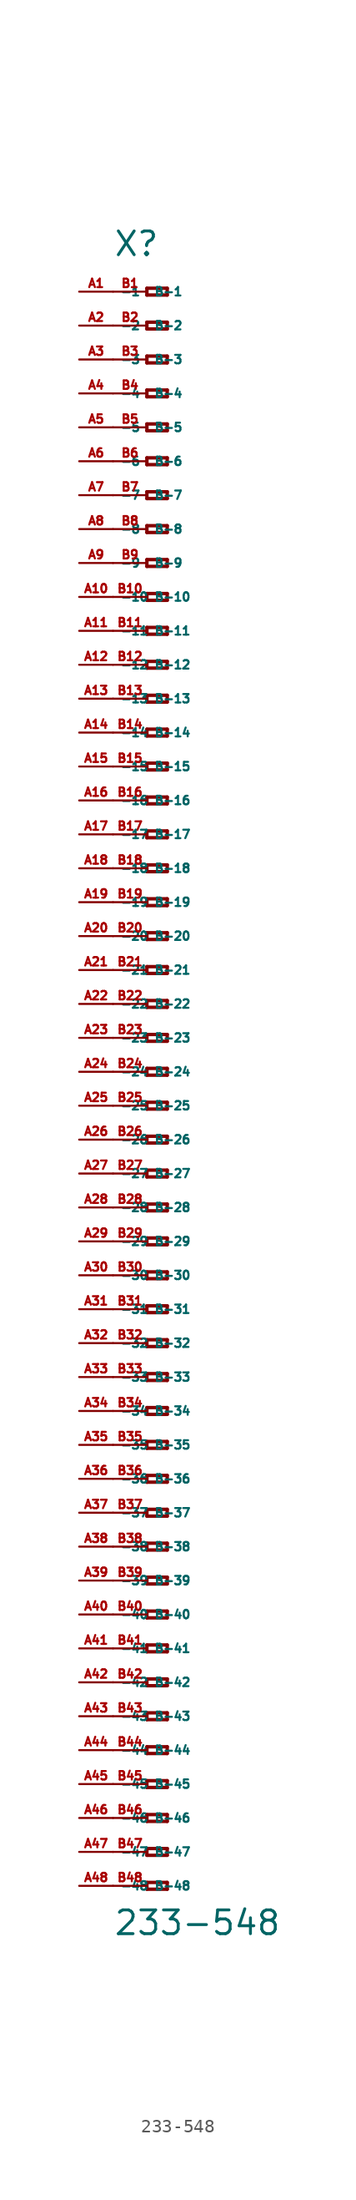
<source format=kicad_sym>
(kicad_symbol_lib
  (version 20220914)
  (generator Eagle2Kicad)
  (symbol "233-548"
    (property "Reference" "X"
      (at -5.08 60.96 0)
      (effects (font (size 1.778 1.778) (thickness 0.22)) (justify left bottom)))
    (property "Value" "233-548"
      (at -5.08 -64.77 0)
      (effects (font (size 1.778 1.778) (thickness 0.22)) (justify left bottom)))
    (polyline
      (pts (xy -2.54 58.674) (xy -2.54 58.166))
      (stroke (width 0.254) (type default))
      (fill (type none)))
    (polyline
      (pts (xy -2.54 58.166) (xy -1.016 58.166))
      (stroke (width 0.254) (type default))
      (fill (type none)))
    (polyline
      (pts (xy -1.016 58.166) (xy -1.016 58.674))
      (stroke (width 0.254) (type default))
      (fill (type none)))
    (polyline
      (pts (xy -1.016 58.674) (xy -2.54 58.674))
      (stroke (width 0.254) (type default))
      (fill (type none)))
    (polyline
      (pts (xy -2.54 56.134) (xy -2.54 55.626))
      (stroke (width 0.254) (type default))
      (fill (type none)))
    (polyline
      (pts (xy -2.54 55.626) (xy -1.016 55.626))
      (stroke (width 0.254) (type default))
      (fill (type none)))
    (polyline
      (pts (xy -1.016 55.626) (xy -1.016 56.134))
      (stroke (width 0.254) (type default))
      (fill (type none)))
    (polyline
      (pts (xy -1.016 56.134) (xy -2.54 56.134))
      (stroke (width 0.254) (type default))
      (fill (type none)))
    (polyline
      (pts (xy -2.54 53.594) (xy -2.54 53.086))
      (stroke (width 0.254) (type default))
      (fill (type none)))
    (polyline
      (pts (xy -2.54 53.086) (xy -1.016 53.086))
      (stroke (width 0.254) (type default))
      (fill (type none)))
    (polyline
      (pts (xy -1.016 53.086) (xy -1.016 53.594))
      (stroke (width 0.254) (type default))
      (fill (type none)))
    (polyline
      (pts (xy -1.016 53.594) (xy -2.54 53.594))
      (stroke (width 0.254) (type default))
      (fill (type none)))
    (polyline
      (pts (xy -2.54 51.054) (xy -2.54 50.546))
      (stroke (width 0.254) (type default))
      (fill (type none)))
    (polyline
      (pts (xy -2.54 50.546) (xy -1.016 50.546))
      (stroke (width 0.254) (type default))
      (fill (type none)))
    (polyline
      (pts (xy -1.016 50.546) (xy -1.016 51.054))
      (stroke (width 0.254) (type default))
      (fill (type none)))
    (polyline
      (pts (xy -1.016 51.054) (xy -2.54 51.054))
      (stroke (width 0.254) (type default))
      (fill (type none)))
    (polyline
      (pts (xy -2.54 48.514) (xy -2.54 48.006))
      (stroke (width 0.254) (type default))
      (fill (type none)))
    (polyline
      (pts (xy -2.54 48.006) (xy -1.016 48.006))
      (stroke (width 0.254) (type default))
      (fill (type none)))
    (polyline
      (pts (xy -1.016 48.006) (xy -1.016 48.514))
      (stroke (width 0.254) (type default))
      (fill (type none)))
    (polyline
      (pts (xy -1.016 48.514) (xy -2.54 48.514))
      (stroke (width 0.254) (type default))
      (fill (type none)))
    (polyline
      (pts (xy -2.54 45.974) (xy -2.54 45.466))
      (stroke (width 0.254) (type default))
      (fill (type none)))
    (polyline
      (pts (xy -2.54 45.466) (xy -1.016 45.466))
      (stroke (width 0.254) (type default))
      (fill (type none)))
    (polyline
      (pts (xy -1.016 45.466) (xy -1.016 45.974))
      (stroke (width 0.254) (type default))
      (fill (type none)))
    (polyline
      (pts (xy -1.016 45.974) (xy -2.54 45.974))
      (stroke (width 0.254) (type default))
      (fill (type none)))
    (polyline
      (pts (xy -2.54 43.434) (xy -2.54 42.926))
      (stroke (width 0.254) (type default))
      (fill (type none)))
    (polyline
      (pts (xy -2.54 42.926) (xy -1.016 42.926))
      (stroke (width 0.254) (type default))
      (fill (type none)))
    (polyline
      (pts (xy -1.016 42.926) (xy -1.016 43.434))
      (stroke (width 0.254) (type default))
      (fill (type none)))
    (polyline
      (pts (xy -1.016 43.434) (xy -2.54 43.434))
      (stroke (width 0.254) (type default))
      (fill (type none)))
    (polyline
      (pts (xy -2.54 40.894) (xy -2.54 40.386))
      (stroke (width 0.254) (type default))
      (fill (type none)))
    (polyline
      (pts (xy -2.54 40.386) (xy -1.016 40.386))
      (stroke (width 0.254) (type default))
      (fill (type none)))
    (polyline
      (pts (xy -1.016 40.386) (xy -1.016 40.894))
      (stroke (width 0.254) (type default))
      (fill (type none)))
    (polyline
      (pts (xy -1.016 40.894) (xy -2.54 40.894))
      (stroke (width 0.254) (type default))
      (fill (type none)))
    (polyline
      (pts (xy -2.54 38.354) (xy -2.54 37.846))
      (stroke (width 0.254) (type default))
      (fill (type none)))
    (polyline
      (pts (xy -2.54 37.846) (xy -1.016 37.846))
      (stroke (width 0.254) (type default))
      (fill (type none)))
    (polyline
      (pts (xy -1.016 37.846) (xy -1.016 38.354))
      (stroke (width 0.254) (type default))
      (fill (type none)))
    (polyline
      (pts (xy -1.016 38.354) (xy -2.54 38.354))
      (stroke (width 0.254) (type default))
      (fill (type none)))
    (polyline
      (pts (xy -2.54 35.814) (xy -2.54 35.306))
      (stroke (width 0.254) (type default))
      (fill (type none)))
    (polyline
      (pts (xy -2.54 35.306) (xy -1.016 35.306))
      (stroke (width 0.254) (type default))
      (fill (type none)))
    (polyline
      (pts (xy -1.016 35.306) (xy -1.016 35.814))
      (stroke (width 0.254) (type default))
      (fill (type none)))
    (polyline
      (pts (xy -1.016 35.814) (xy -2.54 35.814))
      (stroke (width 0.254) (type default))
      (fill (type none)))
    (polyline
      (pts (xy -2.54 33.274) (xy -2.54 32.766))
      (stroke (width 0.254) (type default))
      (fill (type none)))
    (polyline
      (pts (xy -2.54 32.766) (xy -1.016 32.766))
      (stroke (width 0.254) (type default))
      (fill (type none)))
    (polyline
      (pts (xy -1.016 32.766) (xy -1.016 33.274))
      (stroke (width 0.254) (type default))
      (fill (type none)))
    (polyline
      (pts (xy -1.016 33.274) (xy -2.54 33.274))
      (stroke (width 0.254) (type default))
      (fill (type none)))
    (polyline
      (pts (xy -2.54 30.734) (xy -2.54 30.226))
      (stroke (width 0.254) (type default))
      (fill (type none)))
    (polyline
      (pts (xy -2.54 30.226) (xy -1.016 30.226))
      (stroke (width 0.254) (type default))
      (fill (type none)))
    (polyline
      (pts (xy -1.016 30.226) (xy -1.016 30.734))
      (stroke (width 0.254) (type default))
      (fill (type none)))
    (polyline
      (pts (xy -1.016 30.734) (xy -2.54 30.734))
      (stroke (width 0.254) (type default))
      (fill (type none)))
    (polyline
      (pts (xy -2.54 28.194) (xy -2.54 27.686))
      (stroke (width 0.254) (type default))
      (fill (type none)))
    (polyline
      (pts (xy -2.54 27.686) (xy -1.016 27.686))
      (stroke (width 0.254) (type default))
      (fill (type none)))
    (polyline
      (pts (xy -1.016 27.686) (xy -1.016 28.194))
      (stroke (width 0.254) (type default))
      (fill (type none)))
    (polyline
      (pts (xy -1.016 28.194) (xy -2.54 28.194))
      (stroke (width 0.254) (type default))
      (fill (type none)))
    (polyline
      (pts (xy -2.54 25.654) (xy -2.54 25.146))
      (stroke (width 0.254) (type default))
      (fill (type none)))
    (polyline
      (pts (xy -2.54 25.146) (xy -1.016 25.146))
      (stroke (width 0.254) (type default))
      (fill (type none)))
    (polyline
      (pts (xy -1.016 25.146) (xy -1.016 25.654))
      (stroke (width 0.254) (type default))
      (fill (type none)))
    (polyline
      (pts (xy -1.016 25.654) (xy -2.54 25.654))
      (stroke (width 0.254) (type default))
      (fill (type none)))
    (polyline
      (pts (xy -2.54 23.114) (xy -2.54 22.606))
      (stroke (width 0.254) (type default))
      (fill (type none)))
    (polyline
      (pts (xy -2.54 22.606) (xy -1.016 22.606))
      (stroke (width 0.254) (type default))
      (fill (type none)))
    (polyline
      (pts (xy -1.016 22.606) (xy -1.016 23.114))
      (stroke (width 0.254) (type default))
      (fill (type none)))
    (polyline
      (pts (xy -1.016 23.114) (xy -2.54 23.114))
      (stroke (width 0.254) (type default))
      (fill (type none)))
    (polyline
      (pts (xy -2.54 20.574) (xy -2.54 20.066))
      (stroke (width 0.254) (type default))
      (fill (type none)))
    (polyline
      (pts (xy -2.54 20.066) (xy -1.016 20.066))
      (stroke (width 0.254) (type default))
      (fill (type none)))
    (polyline
      (pts (xy -1.016 20.066) (xy -1.016 20.574))
      (stroke (width 0.254) (type default))
      (fill (type none)))
    (polyline
      (pts (xy -1.016 20.574) (xy -2.54 20.574))
      (stroke (width 0.254) (type default))
      (fill (type none)))
    (polyline
      (pts (xy -2.54 18.034) (xy -2.54 17.526))
      (stroke (width 0.254) (type default))
      (fill (type none)))
    (polyline
      (pts (xy -2.54 17.526) (xy -1.016 17.526))
      (stroke (width 0.254) (type default))
      (fill (type none)))
    (polyline
      (pts (xy -1.016 17.526) (xy -1.016 18.034))
      (stroke (width 0.254) (type default))
      (fill (type none)))
    (polyline
      (pts (xy -1.016 18.034) (xy -2.54 18.034))
      (stroke (width 0.254) (type default))
      (fill (type none)))
    (polyline
      (pts (xy -2.54 15.494) (xy -2.54 14.986))
      (stroke (width 0.254) (type default))
      (fill (type none)))
    (polyline
      (pts (xy -2.54 14.986) (xy -1.016 14.986))
      (stroke (width 0.254) (type default))
      (fill (type none)))
    (polyline
      (pts (xy -1.016 14.986) (xy -1.016 15.494))
      (stroke (width 0.254) (type default))
      (fill (type none)))
    (polyline
      (pts (xy -1.016 15.494) (xy -2.54 15.494))
      (stroke (width 0.254) (type default))
      (fill (type none)))
    (polyline
      (pts (xy -2.54 12.954) (xy -2.54 12.446))
      (stroke (width 0.254) (type default))
      (fill (type none)))
    (polyline
      (pts (xy -2.54 12.446) (xy -1.016 12.446))
      (stroke (width 0.254) (type default))
      (fill (type none)))
    (polyline
      (pts (xy -1.016 12.446) (xy -1.016 12.954))
      (stroke (width 0.254) (type default))
      (fill (type none)))
    (polyline
      (pts (xy -1.016 12.954) (xy -2.54 12.954))
      (stroke (width 0.254) (type default))
      (fill (type none)))
    (polyline
      (pts (xy -2.54 10.414) (xy -2.54 9.906))
      (stroke (width 0.254) (type default))
      (fill (type none)))
    (polyline
      (pts (xy -2.54 9.906) (xy -1.016 9.906))
      (stroke (width 0.254) (type default))
      (fill (type none)))
    (polyline
      (pts (xy -1.016 9.906) (xy -1.016 10.414))
      (stroke (width 0.254) (type default))
      (fill (type none)))
    (polyline
      (pts (xy -1.016 10.414) (xy -2.54 10.414))
      (stroke (width 0.254) (type default))
      (fill (type none)))
    (polyline
      (pts (xy -2.54 7.874) (xy -2.54 7.366))
      (stroke (width 0.254) (type default))
      (fill (type none)))
    (polyline
      (pts (xy -2.54 7.366) (xy -1.016 7.366))
      (stroke (width 0.254) (type default))
      (fill (type none)))
    (polyline
      (pts (xy -1.016 7.366) (xy -1.016 7.874))
      (stroke (width 0.254) (type default))
      (fill (type none)))
    (polyline
      (pts (xy -1.016 7.874) (xy -2.54 7.874))
      (stroke (width 0.254) (type default))
      (fill (type none)))
    (polyline
      (pts (xy -2.54 5.334) (xy -2.54 4.826))
      (stroke (width 0.254) (type default))
      (fill (type none)))
    (polyline
      (pts (xy -2.54 4.826) (xy -1.016 4.826))
      (stroke (width 0.254) (type default))
      (fill (type none)))
    (polyline
      (pts (xy -1.016 4.826) (xy -1.016 5.334))
      (stroke (width 0.254) (type default))
      (fill (type none)))
    (polyline
      (pts (xy -1.016 5.334) (xy -2.54 5.334))
      (stroke (width 0.254) (type default))
      (fill (type none)))
    (polyline
      (pts (xy -2.54 2.794) (xy -2.54 2.286))
      (stroke (width 0.254) (type default))
      (fill (type none)))
    (polyline
      (pts (xy -2.54 2.286) (xy -1.016 2.286))
      (stroke (width 0.254) (type default))
      (fill (type none)))
    (polyline
      (pts (xy -1.016 2.286) (xy -1.016 2.794))
      (stroke (width 0.254) (type default))
      (fill (type none)))
    (polyline
      (pts (xy -1.016 2.794) (xy -2.54 2.794))
      (stroke (width 0.254) (type default))
      (fill (type none)))
    (polyline
      (pts (xy -2.54 0.254) (xy -2.54 -0.254))
      (stroke (width 0.254) (type default))
      (fill (type none)))
    (polyline
      (pts (xy -2.54 -0.254) (xy -1.016 -0.254))
      (stroke (width 0.254) (type default))
      (fill (type none)))
    (polyline
      (pts (xy -1.016 -0.254) (xy -1.016 0.254))
      (stroke (width 0.254) (type default))
      (fill (type none)))
    (polyline
      (pts (xy -1.016 0.254) (xy -2.54 0.254))
      (stroke (width 0.254) (type default))
      (fill (type none)))
    (polyline
      (pts (xy -2.54 -2.286) (xy -2.54 -2.794))
      (stroke (width 0.254) (type default))
      (fill (type none)))
    (polyline
      (pts (xy -2.54 -2.794) (xy -1.016 -2.794))
      (stroke (width 0.254) (type default))
      (fill (type none)))
    (polyline
      (pts (xy -1.016 -2.794) (xy -1.016 -2.286))
      (stroke (width 0.254) (type default))
      (fill (type none)))
    (polyline
      (pts (xy -1.016 -2.286) (xy -2.54 -2.286))
      (stroke (width 0.254) (type default))
      (fill (type none)))
    (polyline
      (pts (xy -2.54 -4.826) (xy -2.54 -5.334))
      (stroke (width 0.254) (type default))
      (fill (type none)))
    (polyline
      (pts (xy -2.54 -5.334) (xy -1.016 -5.334))
      (stroke (width 0.254) (type default))
      (fill (type none)))
    (polyline
      (pts (xy -1.016 -5.334) (xy -1.016 -4.826))
      (stroke (width 0.254) (type default))
      (fill (type none)))
    (polyline
      (pts (xy -1.016 -4.826) (xy -2.54 -4.826))
      (stroke (width 0.254) (type default))
      (fill (type none)))
    (polyline
      (pts (xy -2.54 -7.366) (xy -2.54 -7.874))
      (stroke (width 0.254) (type default))
      (fill (type none)))
    (polyline
      (pts (xy -2.54 -7.874) (xy -1.016 -7.874))
      (stroke (width 0.254) (type default))
      (fill (type none)))
    (polyline
      (pts (xy -1.016 -7.874) (xy -1.016 -7.366))
      (stroke (width 0.254) (type default))
      (fill (type none)))
    (polyline
      (pts (xy -1.016 -7.366) (xy -2.54 -7.366))
      (stroke (width 0.254) (type default))
      (fill (type none)))
    (polyline
      (pts (xy -2.54 -9.906) (xy -2.54 -10.414))
      (stroke (width 0.254) (type default))
      (fill (type none)))
    (polyline
      (pts (xy -2.54 -10.414) (xy -1.016 -10.414))
      (stroke (width 0.254) (type default))
      (fill (type none)))
    (polyline
      (pts (xy -1.016 -10.414) (xy -1.016 -9.906))
      (stroke (width 0.254) (type default))
      (fill (type none)))
    (polyline
      (pts (xy -1.016 -9.906) (xy -2.54 -9.906))
      (stroke (width 0.254) (type default))
      (fill (type none)))
    (polyline
      (pts (xy -2.54 -12.446) (xy -2.54 -12.954))
      (stroke (width 0.254) (type default))
      (fill (type none)))
    (polyline
      (pts (xy -2.54 -12.954) (xy -1.016 -12.954))
      (stroke (width 0.254) (type default))
      (fill (type none)))
    (polyline
      (pts (xy -1.016 -12.954) (xy -1.016 -12.446))
      (stroke (width 0.254) (type default))
      (fill (type none)))
    (polyline
      (pts (xy -1.016 -12.446) (xy -2.54 -12.446))
      (stroke (width 0.254) (type default))
      (fill (type none)))
    (polyline
      (pts (xy -2.54 -14.986) (xy -2.54 -15.494))
      (stroke (width 0.254) (type default))
      (fill (type none)))
    (polyline
      (pts (xy -2.54 -15.494) (xy -1.016 -15.494))
      (stroke (width 0.254) (type default))
      (fill (type none)))
    (polyline
      (pts (xy -1.016 -15.494) (xy -1.016 -14.986))
      (stroke (width 0.254) (type default))
      (fill (type none)))
    (polyline
      (pts (xy -1.016 -14.986) (xy -2.54 -14.986))
      (stroke (width 0.254) (type default))
      (fill (type none)))
    (polyline
      (pts (xy -2.54 -17.526) (xy -2.54 -18.034))
      (stroke (width 0.254) (type default))
      (fill (type none)))
    (polyline
      (pts (xy -2.54 -18.034) (xy -1.016 -18.034))
      (stroke (width 0.254) (type default))
      (fill (type none)))
    (polyline
      (pts (xy -1.016 -18.034) (xy -1.016 -17.526))
      (stroke (width 0.254) (type default))
      (fill (type none)))
    (polyline
      (pts (xy -1.016 -17.526) (xy -2.54 -17.526))
      (stroke (width 0.254) (type default))
      (fill (type none)))
    (polyline
      (pts (xy -2.54 -20.066) (xy -2.54 -20.574))
      (stroke (width 0.254) (type default))
      (fill (type none)))
    (polyline
      (pts (xy -2.54 -20.574) (xy -1.016 -20.574))
      (stroke (width 0.254) (type default))
      (fill (type none)))
    (polyline
      (pts (xy -1.016 -20.574) (xy -1.016 -20.066))
      (stroke (width 0.254) (type default))
      (fill (type none)))
    (polyline
      (pts (xy -1.016 -20.066) (xy -2.54 -20.066))
      (stroke (width 0.254) (type default))
      (fill (type none)))
    (polyline
      (pts (xy -2.54 -22.606) (xy -2.54 -23.114))
      (stroke (width 0.254) (type default))
      (fill (type none)))
    (polyline
      (pts (xy -2.54 -23.114) (xy -1.016 -23.114))
      (stroke (width 0.254) (type default))
      (fill (type none)))
    (polyline
      (pts (xy -1.016 -23.114) (xy -1.016 -22.606))
      (stroke (width 0.254) (type default))
      (fill (type none)))
    (polyline
      (pts (xy -1.016 -22.606) (xy -2.54 -22.606))
      (stroke (width 0.254) (type default))
      (fill (type none)))
    (polyline
      (pts (xy -2.54 -25.146) (xy -2.54 -25.654))
      (stroke (width 0.254) (type default))
      (fill (type none)))
    (polyline
      (pts (xy -2.54 -25.654) (xy -1.016 -25.654))
      (stroke (width 0.254) (type default))
      (fill (type none)))
    (polyline
      (pts (xy -1.016 -25.654) (xy -1.016 -25.146))
      (stroke (width 0.254) (type default))
      (fill (type none)))
    (polyline
      (pts (xy -1.016 -25.146) (xy -2.54 -25.146))
      (stroke (width 0.254) (type default))
      (fill (type none)))
    (polyline
      (pts (xy -2.54 -27.686) (xy -2.54 -28.194))
      (stroke (width 0.254) (type default))
      (fill (type none)))
    (polyline
      (pts (xy -2.54 -28.194) (xy -1.016 -28.194))
      (stroke (width 0.254) (type default))
      (fill (type none)))
    (polyline
      (pts (xy -1.016 -28.194) (xy -1.016 -27.686))
      (stroke (width 0.254) (type default))
      (fill (type none)))
    (polyline
      (pts (xy -1.016 -27.686) (xy -2.54 -27.686))
      (stroke (width 0.254) (type default))
      (fill (type none)))
    (polyline
      (pts (xy -2.54 -30.226) (xy -2.54 -30.734))
      (stroke (width 0.254) (type default))
      (fill (type none)))
    (polyline
      (pts (xy -2.54 -30.734) (xy -1.016 -30.734))
      (stroke (width 0.254) (type default))
      (fill (type none)))
    (polyline
      (pts (xy -1.016 -30.734) (xy -1.016 -30.226))
      (stroke (width 0.254) (type default))
      (fill (type none)))
    (polyline
      (pts (xy -1.016 -30.226) (xy -2.54 -30.226))
      (stroke (width 0.254) (type default))
      (fill (type none)))
    (polyline
      (pts (xy -2.54 -32.766) (xy -2.54 -33.274))
      (stroke (width 0.254) (type default))
      (fill (type none)))
    (polyline
      (pts (xy -2.54 -33.274) (xy -1.016 -33.274))
      (stroke (width 0.254) (type default))
      (fill (type none)))
    (polyline
      (pts (xy -1.016 -33.274) (xy -1.016 -32.766))
      (stroke (width 0.254) (type default))
      (fill (type none)))
    (polyline
      (pts (xy -1.016 -32.766) (xy -2.54 -32.766))
      (stroke (width 0.254) (type default))
      (fill (type none)))
    (polyline
      (pts (xy -2.54 -35.306) (xy -2.54 -35.814))
      (stroke (width 0.254) (type default))
      (fill (type none)))
    (polyline
      (pts (xy -2.54 -35.814) (xy -1.016 -35.814))
      (stroke (width 0.254) (type default))
      (fill (type none)))
    (polyline
      (pts (xy -1.016 -35.814) (xy -1.016 -35.306))
      (stroke (width 0.254) (type default))
      (fill (type none)))
    (polyline
      (pts (xy -1.016 -35.306) (xy -2.54 -35.306))
      (stroke (width 0.254) (type default))
      (fill (type none)))
    (polyline
      (pts (xy -2.54 -37.846) (xy -2.54 -38.354))
      (stroke (width 0.254) (type default))
      (fill (type none)))
    (polyline
      (pts (xy -2.54 -38.354) (xy -1.016 -38.354))
      (stroke (width 0.254) (type default))
      (fill (type none)))
    (polyline
      (pts (xy -1.016 -38.354) (xy -1.016 -37.846))
      (stroke (width 0.254) (type default))
      (fill (type none)))
    (polyline
      (pts (xy -1.016 -37.846) (xy -2.54 -37.846))
      (stroke (width 0.254) (type default))
      (fill (type none)))
    (polyline
      (pts (xy -2.54 -40.386) (xy -2.54 -40.894))
      (stroke (width 0.254) (type default))
      (fill (type none)))
    (polyline
      (pts (xy -2.54 -40.894) (xy -1.016 -40.894))
      (stroke (width 0.254) (type default))
      (fill (type none)))
    (polyline
      (pts (xy -1.016 -40.894) (xy -1.016 -40.386))
      (stroke (width 0.254) (type default))
      (fill (type none)))
    (polyline
      (pts (xy -1.016 -40.386) (xy -2.54 -40.386))
      (stroke (width 0.254) (type default))
      (fill (type none)))
    (polyline
      (pts (xy -2.54 -42.926) (xy -2.54 -43.434))
      (stroke (width 0.254) (type default))
      (fill (type none)))
    (polyline
      (pts (xy -2.54 -43.434) (xy -1.016 -43.434))
      (stroke (width 0.254) (type default))
      (fill (type none)))
    (polyline
      (pts (xy -1.016 -43.434) (xy -1.016 -42.926))
      (stroke (width 0.254) (type default))
      (fill (type none)))
    (polyline
      (pts (xy -1.016 -42.926) (xy -2.54 -42.926))
      (stroke (width 0.254) (type default))
      (fill (type none)))
    (polyline
      (pts (xy -2.54 -45.466) (xy -2.54 -45.974))
      (stroke (width 0.254) (type default))
      (fill (type none)))
    (polyline
      (pts (xy -2.54 -45.974) (xy -1.016 -45.974))
      (stroke (width 0.254) (type default))
      (fill (type none)))
    (polyline
      (pts (xy -1.016 -45.974) (xy -1.016 -45.466))
      (stroke (width 0.254) (type default))
      (fill (type none)))
    (polyline
      (pts (xy -1.016 -45.466) (xy -2.54 -45.466))
      (stroke (width 0.254) (type default))
      (fill (type none)))
    (polyline
      (pts (xy -2.54 -48.006) (xy -2.54 -48.514))
      (stroke (width 0.254) (type default))
      (fill (type none)))
    (polyline
      (pts (xy -2.54 -48.514) (xy -1.016 -48.514))
      (stroke (width 0.254) (type default))
      (fill (type none)))
    (polyline
      (pts (xy -1.016 -48.514) (xy -1.016 -48.006))
      (stroke (width 0.254) (type default))
      (fill (type none)))
    (polyline
      (pts (xy -1.016 -48.006) (xy -2.54 -48.006))
      (stroke (width 0.254) (type default))
      (fill (type none)))
    (polyline
      (pts (xy -2.54 -50.546) (xy -2.54 -51.054))
      (stroke (width 0.254) (type default))
      (fill (type none)))
    (polyline
      (pts (xy -2.54 -51.054) (xy -1.016 -51.054))
      (stroke (width 0.254) (type default))
      (fill (type none)))
    (polyline
      (pts (xy -1.016 -51.054) (xy -1.016 -50.546))
      (stroke (width 0.254) (type default))
      (fill (type none)))
    (polyline
      (pts (xy -1.016 -50.546) (xy -2.54 -50.546))
      (stroke (width 0.254) (type default))
      (fill (type none)))
    (polyline
      (pts (xy -2.54 -53.086) (xy -2.54 -53.594))
      (stroke (width 0.254) (type default))
      (fill (type none)))
    (polyline
      (pts (xy -2.54 -53.594) (xy -1.016 -53.594))
      (stroke (width 0.254) (type default))
      (fill (type none)))
    (polyline
      (pts (xy -1.016 -53.594) (xy -1.016 -53.086))
      (stroke (width 0.254) (type default))
      (fill (type none)))
    (polyline
      (pts (xy -1.016 -53.086) (xy -2.54 -53.086))
      (stroke (width 0.254) (type default))
      (fill (type none)))
    (polyline
      (pts (xy -2.54 -55.626) (xy -2.54 -56.134))
      (stroke (width 0.254) (type default))
      (fill (type none)))
    (polyline
      (pts (xy -2.54 -56.134) (xy -1.016 -56.134))
      (stroke (width 0.254) (type default))
      (fill (type none)))
    (polyline
      (pts (xy -1.016 -56.134) (xy -1.016 -55.626))
      (stroke (width 0.254) (type default))
      (fill (type none)))
    (polyline
      (pts (xy -1.016 -55.626) (xy -2.54 -55.626))
      (stroke (width 0.254) (type default))
      (fill (type none)))
    (polyline
      (pts (xy -2.54 -58.166) (xy -2.54 -58.674))
      (stroke (width 0.254) (type default))
      (fill (type none)))
    (polyline
      (pts (xy -2.54 -58.674) (xy -1.016 -58.674))
      (stroke (width 0.254) (type default))
      (fill (type none)))
    (polyline
      (pts (xy -1.016 -58.674) (xy -1.016 -58.166))
      (stroke (width 0.254) (type default))
      (fill (type none)))
    (polyline
      (pts (xy -1.016 -58.166) (xy -2.54 -58.166))
      (stroke (width 0.254) (type default))
      (fill (type none)))
    (polyline
      (pts (xy -2.54 -60.706) (xy -2.54 -61.214))
      (stroke (width 0.254) (type default))
      (fill (type none)))
    (polyline
      (pts (xy -2.54 -61.214) (xy -1.016 -61.214))
      (stroke (width 0.254) (type default))
      (fill (type none)))
    (polyline
      (pts (xy -1.016 -61.214) (xy -1.016 -60.706))
      (stroke (width 0.254) (type default))
      (fill (type none)))
    (polyline
      (pts (xy -1.016 -60.706) (xy -2.54 -60.706))
      (stroke (width 0.254) (type default))
      (fill (type none)))
    (pin passive line
      (at -7.62 58.42 0)
      (length 2.54)
      (name "-1" (effects (font (size 0.635 0.635) (thickness 0.08)) (justify left bottom)))
      (number "A1" (effects (font (size 0.635 0.635) (thickness 0.08)) (justify left bottom))))
    (pin passive line
      (at -7.62 55.88 0)
      (length 2.54)
      (name "-2" (effects (font (size 0.635 0.635) (thickness 0.08)) (justify left bottom)))
      (number "A2" (effects (font (size 0.635 0.635) (thickness 0.08)) (justify left bottom))))
    (pin passive line
      (at -7.62 53.34 0)
      (length 2.54)
      (name "-3" (effects (font (size 0.635 0.635) (thickness 0.08)) (justify left bottom)))
      (number "A3" (effects (font (size 0.635 0.635) (thickness 0.08)) (justify left bottom))))
    (pin passive line
      (at -7.62 50.8 0)
      (length 2.54)
      (name "-4" (effects (font (size 0.635 0.635) (thickness 0.08)) (justify left bottom)))
      (number "A4" (effects (font (size 0.635 0.635) (thickness 0.08)) (justify left bottom))))
    (pin passive line
      (at -7.62 48.26 0)
      (length 2.54)
      (name "-5" (effects (font (size 0.635 0.635) (thickness 0.08)) (justify left bottom)))
      (number "A5" (effects (font (size 0.635 0.635) (thickness 0.08)) (justify left bottom))))
    (pin passive line
      (at -7.62 45.72 0)
      (length 2.54)
      (name "-6" (effects (font (size 0.635 0.635) (thickness 0.08)) (justify left bottom)))
      (number "A6" (effects (font (size 0.635 0.635) (thickness 0.08)) (justify left bottom))))
    (pin passive line
      (at -7.62 43.18 0)
      (length 2.54)
      (name "-7" (effects (font (size 0.635 0.635) (thickness 0.08)) (justify left bottom)))
      (number "A7" (effects (font (size 0.635 0.635) (thickness 0.08)) (justify left bottom))))
    (pin passive line
      (at -7.62 40.64 0)
      (length 2.54)
      (name "-8" (effects (font (size 0.635 0.635) (thickness 0.08)) (justify left bottom)))
      (number "A8" (effects (font (size 0.635 0.635) (thickness 0.08)) (justify left bottom))))
    (pin passive line
      (at -7.62 38.1 0)
      (length 2.54)
      (name "-9" (effects (font (size 0.635 0.635) (thickness 0.08)) (justify left bottom)))
      (number "A9" (effects (font (size 0.635 0.635) (thickness 0.08)) (justify left bottom))))
    (pin passive line
      (at -7.62 35.56 0)
      (length 2.54)
      (name "-10" (effects (font (size 0.635 0.635) (thickness 0.08)) (justify left bottom)))
      (number "A10" (effects (font (size 0.635 0.635) (thickness 0.08)) (justify left bottom))))
    (pin passive line
      (at -7.62 33.02 0)
      (length 2.54)
      (name "-11" (effects (font (size 0.635 0.635) (thickness 0.08)) (justify left bottom)))
      (number "A11" (effects (font (size 0.635 0.635) (thickness 0.08)) (justify left bottom))))
    (pin passive line
      (at -7.62 30.48 0)
      (length 2.54)
      (name "-12" (effects (font (size 0.635 0.635) (thickness 0.08)) (justify left bottom)))
      (number "A12" (effects (font (size 0.635 0.635) (thickness 0.08)) (justify left bottom))))
    (pin passive line
      (at -7.62 27.94 0)
      (length 2.54)
      (name "-13" (effects (font (size 0.635 0.635) (thickness 0.08)) (justify left bottom)))
      (number "A13" (effects (font (size 0.635 0.635) (thickness 0.08)) (justify left bottom))))
    (pin passive line
      (at -7.62 25.4 0)
      (length 2.54)
      (name "-14" (effects (font (size 0.635 0.635) (thickness 0.08)) (justify left bottom)))
      (number "A14" (effects (font (size 0.635 0.635) (thickness 0.08)) (justify left bottom))))
    (pin passive line
      (at -7.62 22.86 0)
      (length 2.54)
      (name "-15" (effects (font (size 0.635 0.635) (thickness 0.08)) (justify left bottom)))
      (number "A15" (effects (font (size 0.635 0.635) (thickness 0.08)) (justify left bottom))))
    (pin passive line
      (at -7.62 20.32 0)
      (length 2.54)
      (name "-16" (effects (font (size 0.635 0.635) (thickness 0.08)) (justify left bottom)))
      (number "A16" (effects (font (size 0.635 0.635) (thickness 0.08)) (justify left bottom))))
    (pin passive line
      (at -7.62 17.78 0)
      (length 2.54)
      (name "-17" (effects (font (size 0.635 0.635) (thickness 0.08)) (justify left bottom)))
      (number "A17" (effects (font (size 0.635 0.635) (thickness 0.08)) (justify left bottom))))
    (pin passive line
      (at -7.62 15.24 0)
      (length 2.54)
      (name "-18" (effects (font (size 0.635 0.635) (thickness 0.08)) (justify left bottom)))
      (number "A18" (effects (font (size 0.635 0.635) (thickness 0.08)) (justify left bottom))))
    (pin passive line
      (at -7.62 12.7 0)
      (length 2.54)
      (name "-19" (effects (font (size 0.635 0.635) (thickness 0.08)) (justify left bottom)))
      (number "A19" (effects (font (size 0.635 0.635) (thickness 0.08)) (justify left bottom))))
    (pin passive line
      (at -7.62 10.16 0)
      (length 2.54)
      (name "-20" (effects (font (size 0.635 0.635) (thickness 0.08)) (justify left bottom)))
      (number "A20" (effects (font (size 0.635 0.635) (thickness 0.08)) (justify left bottom))))
    (pin passive line
      (at -7.62 7.62 0)
      (length 2.54)
      (name "-21" (effects (font (size 0.635 0.635) (thickness 0.08)) (justify left bottom)))
      (number "A21" (effects (font (size 0.635 0.635) (thickness 0.08)) (justify left bottom))))
    (pin passive line
      (at -7.62 5.08 0)
      (length 2.54)
      (name "-22" (effects (font (size 0.635 0.635) (thickness 0.08)) (justify left bottom)))
      (number "A22" (effects (font (size 0.635 0.635) (thickness 0.08)) (justify left bottom))))
    (pin passive line
      (at -7.62 2.54 0)
      (length 2.54)
      (name "-23" (effects (font (size 0.635 0.635) (thickness 0.08)) (justify left bottom)))
      (number "A23" (effects (font (size 0.635 0.635) (thickness 0.08)) (justify left bottom))))
    (pin passive line
      (at -7.62 0 0)
      (length 2.54)
      (name "-24" (effects (font (size 0.635 0.635) (thickness 0.08)) (justify left bottom)))
      (number "A24" (effects (font (size 0.635 0.635) (thickness 0.08)) (justify left bottom))))
    (pin passive line
      (at -7.62 -2.54 0)
      (length 2.54)
      (name "-25" (effects (font (size 0.635 0.635) (thickness 0.08)) (justify left bottom)))
      (number "A25" (effects (font (size 0.635 0.635) (thickness 0.08)) (justify left bottom))))
    (pin passive line
      (at -7.62 -5.08 0)
      (length 2.54)
      (name "-26" (effects (font (size 0.635 0.635) (thickness 0.08)) (justify left bottom)))
      (number "A26" (effects (font (size 0.635 0.635) (thickness 0.08)) (justify left bottom))))
    (pin passive line
      (at -7.62 -7.62 0)
      (length 2.54)
      (name "-27" (effects (font (size 0.635 0.635) (thickness 0.08)) (justify left bottom)))
      (number "A27" (effects (font (size 0.635 0.635) (thickness 0.08)) (justify left bottom))))
    (pin passive line
      (at -7.62 -10.16 0)
      (length 2.54)
      (name "-28" (effects (font (size 0.635 0.635) (thickness 0.08)) (justify left bottom)))
      (number "A28" (effects (font (size 0.635 0.635) (thickness 0.08)) (justify left bottom))))
    (pin passive line
      (at -7.62 -12.7 0)
      (length 2.54)
      (name "-29" (effects (font (size 0.635 0.635) (thickness 0.08)) (justify left bottom)))
      (number "A29" (effects (font (size 0.635 0.635) (thickness 0.08)) (justify left bottom))))
    (pin passive line
      (at -7.62 -15.24 0)
      (length 2.54)
      (name "-30" (effects (font (size 0.635 0.635) (thickness 0.08)) (justify left bottom)))
      (number "A30" (effects (font (size 0.635 0.635) (thickness 0.08)) (justify left bottom))))
    (pin passive line
      (at -7.62 -17.78 0)
      (length 2.54)
      (name "-31" (effects (font (size 0.635 0.635) (thickness 0.08)) (justify left bottom)))
      (number "A31" (effects (font (size 0.635 0.635) (thickness 0.08)) (justify left bottom))))
    (pin passive line
      (at -7.62 -20.32 0)
      (length 2.54)
      (name "-32" (effects (font (size 0.635 0.635) (thickness 0.08)) (justify left bottom)))
      (number "A32" (effects (font (size 0.635 0.635) (thickness 0.08)) (justify left bottom))))
    (pin passive line
      (at -7.62 -22.86 0)
      (length 2.54)
      (name "-33" (effects (font (size 0.635 0.635) (thickness 0.08)) (justify left bottom)))
      (number "A33" (effects (font (size 0.635 0.635) (thickness 0.08)) (justify left bottom))))
    (pin passive line
      (at -7.62 -25.4 0)
      (length 2.54)
      (name "-34" (effects (font (size 0.635 0.635) (thickness 0.08)) (justify left bottom)))
      (number "A34" (effects (font (size 0.635 0.635) (thickness 0.08)) (justify left bottom))))
    (pin passive line
      (at -7.62 -27.94 0)
      (length 2.54)
      (name "-35" (effects (font (size 0.635 0.635) (thickness 0.08)) (justify left bottom)))
      (number "A35" (effects (font (size 0.635 0.635) (thickness 0.08)) (justify left bottom))))
    (pin passive line
      (at -7.62 -30.48 0)
      (length 2.54)
      (name "-36" (effects (font (size 0.635 0.635) (thickness 0.08)) (justify left bottom)))
      (number "A36" (effects (font (size 0.635 0.635) (thickness 0.08)) (justify left bottom))))
    (pin passive line
      (at -7.62 -33.02 0)
      (length 2.54)
      (name "-37" (effects (font (size 0.635 0.635) (thickness 0.08)) (justify left bottom)))
      (number "A37" (effects (font (size 0.635 0.635) (thickness 0.08)) (justify left bottom))))
    (pin passive line
      (at -7.62 -35.56 0)
      (length 2.54)
      (name "-38" (effects (font (size 0.635 0.635) (thickness 0.08)) (justify left bottom)))
      (number "A38" (effects (font (size 0.635 0.635) (thickness 0.08)) (justify left bottom))))
    (pin passive line
      (at -7.62 -38.1 0)
      (length 2.54)
      (name "-39" (effects (font (size 0.635 0.635) (thickness 0.08)) (justify left bottom)))
      (number "A39" (effects (font (size 0.635 0.635) (thickness 0.08)) (justify left bottom))))
    (pin passive line
      (at -7.62 -40.64 0)
      (length 2.54)
      (name "-40" (effects (font (size 0.635 0.635) (thickness 0.08)) (justify left bottom)))
      (number "A40" (effects (font (size 0.635 0.635) (thickness 0.08)) (justify left bottom))))
    (pin passive line
      (at -7.62 -43.18 0)
      (length 2.54)
      (name "-41" (effects (font (size 0.635 0.635) (thickness 0.08)) (justify left bottom)))
      (number "A41" (effects (font (size 0.635 0.635) (thickness 0.08)) (justify left bottom))))
    (pin passive line
      (at -7.62 -45.72 0)
      (length 2.54)
      (name "-42" (effects (font (size 0.635 0.635) (thickness 0.08)) (justify left bottom)))
      (number "A42" (effects (font (size 0.635 0.635) (thickness 0.08)) (justify left bottom))))
    (pin passive line
      (at -7.62 -48.26 0)
      (length 2.54)
      (name "-43" (effects (font (size 0.635 0.635) (thickness 0.08)) (justify left bottom)))
      (number "A43" (effects (font (size 0.635 0.635) (thickness 0.08)) (justify left bottom))))
    (pin passive line
      (at -7.62 -50.8 0)
      (length 2.54)
      (name "-44" (effects (font (size 0.635 0.635) (thickness 0.08)) (justify left bottom)))
      (number "A44" (effects (font (size 0.635 0.635) (thickness 0.08)) (justify left bottom))))
    (pin passive line
      (at -7.62 -53.34 0)
      (length 2.54)
      (name "-45" (effects (font (size 0.635 0.635) (thickness 0.08)) (justify left bottom)))
      (number "A45" (effects (font (size 0.635 0.635) (thickness 0.08)) (justify left bottom))))
    (pin passive line
      (at -7.62 -55.88 0)
      (length 2.54)
      (name "-46" (effects (font (size 0.635 0.635) (thickness 0.08)) (justify left bottom)))
      (number "A46" (effects (font (size 0.635 0.635) (thickness 0.08)) (justify left bottom))))
    (pin passive line
      (at -7.62 -58.42 0)
      (length 2.54)
      (name "-47" (effects (font (size 0.635 0.635) (thickness 0.08)) (justify left bottom)))
      (number "A47" (effects (font (size 0.635 0.635) (thickness 0.08)) (justify left bottom))))
    (pin passive line
      (at -7.62 -60.96 0)
      (length 2.54)
      (name "-48" (effects (font (size 0.635 0.635) (thickness 0.08)) (justify left bottom)))
      (number "A48" (effects (font (size 0.635 0.635) (thickness 0.08)) (justify left bottom))))
    (pin passive line
      (at -5.08 -60.96 0)
      (length 2.54)
      (name "B-48" (effects (font (size 0.635 0.635) (thickness 0.08)) (justify left bottom)))
      (number "B48" (effects (font (size 0.635 0.635) (thickness 0.08)) (justify left bottom))))
    (pin passive line
      (at -5.08 58.42 0)
      (length 2.54)
      (name "B-1" (effects (font (size 0.635 0.635) (thickness 0.08)) (justify left bottom)))
      (number "B1" (effects (font (size 0.635 0.635) (thickness 0.08)) (justify left bottom))))
    (pin passive line
      (at -5.08 55.88 0)
      (length 2.54)
      (name "B-2" (effects (font (size 0.635 0.635) (thickness 0.08)) (justify left bottom)))
      (number "B2" (effects (font (size 0.635 0.635) (thickness 0.08)) (justify left bottom))))
    (pin passive line
      (at -5.08 53.34 0)
      (length 2.54)
      (name "B-3" (effects (font (size 0.635 0.635) (thickness 0.08)) (justify left bottom)))
      (number "B3" (effects (font (size 0.635 0.635) (thickness 0.08)) (justify left bottom))))
    (pin passive line
      (at -5.08 50.8 0)
      (length 2.54)
      (name "B-4" (effects (font (size 0.635 0.635) (thickness 0.08)) (justify left bottom)))
      (number "B4" (effects (font (size 0.635 0.635) (thickness 0.08)) (justify left bottom))))
    (pin passive line
      (at -5.08 48.26 0)
      (length 2.54)
      (name "B-5" (effects (font (size 0.635 0.635) (thickness 0.08)) (justify left bottom)))
      (number "B5" (effects (font (size 0.635 0.635) (thickness 0.08)) (justify left bottom))))
    (pin passive line
      (at -5.08 45.72 0)
      (length 2.54)
      (name "B-6" (effects (font (size 0.635 0.635) (thickness 0.08)) (justify left bottom)))
      (number "B6" (effects (font (size 0.635 0.635) (thickness 0.08)) (justify left bottom))))
    (pin passive line
      (at -5.08 43.18 0)
      (length 2.54)
      (name "B-7" (effects (font (size 0.635 0.635) (thickness 0.08)) (justify left bottom)))
      (number "B7" (effects (font (size 0.635 0.635) (thickness 0.08)) (justify left bottom))))
    (pin passive line
      (at -5.08 40.64 0)
      (length 2.54)
      (name "B-8" (effects (font (size 0.635 0.635) (thickness 0.08)) (justify left bottom)))
      (number "B8" (effects (font (size 0.635 0.635) (thickness 0.08)) (justify left bottom))))
    (pin passive line
      (at -5.08 38.1 0)
      (length 2.54)
      (name "B-9" (effects (font (size 0.635 0.635) (thickness 0.08)) (justify left bottom)))
      (number "B9" (effects (font (size 0.635 0.635) (thickness 0.08)) (justify left bottom))))
    (pin passive line
      (at -5.08 35.56 0)
      (length 2.54)
      (name "B-10" (effects (font (size 0.635 0.635) (thickness 0.08)) (justify left bottom)))
      (number "B10" (effects (font (size 0.635 0.635) (thickness 0.08)) (justify left bottom))))
    (pin passive line
      (at -5.08 33.02 0)
      (length 2.54)
      (name "B-11" (effects (font (size 0.635 0.635) (thickness 0.08)) (justify left bottom)))
      (number "B11" (effects (font (size 0.635 0.635) (thickness 0.08)) (justify left bottom))))
    (pin passive line
      (at -5.08 30.48 0)
      (length 2.54)
      (name "B-12" (effects (font (size 0.635 0.635) (thickness 0.08)) (justify left bottom)))
      (number "B12" (effects (font (size 0.635 0.635) (thickness 0.08)) (justify left bottom))))
    (pin passive line
      (at -5.08 27.94 0)
      (length 2.54)
      (name "B-13" (effects (font (size 0.635 0.635) (thickness 0.08)) (justify left bottom)))
      (number "B13" (effects (font (size 0.635 0.635) (thickness 0.08)) (justify left bottom))))
    (pin passive line
      (at -5.08 25.4 0)
      (length 2.54)
      (name "B-14" (effects (font (size 0.635 0.635) (thickness 0.08)) (justify left bottom)))
      (number "B14" (effects (font (size 0.635 0.635) (thickness 0.08)) (justify left bottom))))
    (pin passive line
      (at -5.08 22.86 0)
      (length 2.54)
      (name "B-15" (effects (font (size 0.635 0.635) (thickness 0.08)) (justify left bottom)))
      (number "B15" (effects (font (size 0.635 0.635) (thickness 0.08)) (justify left bottom))))
    (pin passive line
      (at -5.08 20.32 0)
      (length 2.54)
      (name "B-16" (effects (font (size 0.635 0.635) (thickness 0.08)) (justify left bottom)))
      (number "B16" (effects (font (size 0.635 0.635) (thickness 0.08)) (justify left bottom))))
    (pin passive line
      (at -5.08 17.78 0)
      (length 2.54)
      (name "B-17" (effects (font (size 0.635 0.635) (thickness 0.08)) (justify left bottom)))
      (number "B17" (effects (font (size 0.635 0.635) (thickness 0.08)) (justify left bottom))))
    (pin passive line
      (at -5.08 15.24 0)
      (length 2.54)
      (name "B-18" (effects (font (size 0.635 0.635) (thickness 0.08)) (justify left bottom)))
      (number "B18" (effects (font (size 0.635 0.635) (thickness 0.08)) (justify left bottom))))
    (pin passive line
      (at -5.08 12.7 0)
      (length 2.54)
      (name "B-19" (effects (font (size 0.635 0.635) (thickness 0.08)) (justify left bottom)))
      (number "B19" (effects (font (size 0.635 0.635) (thickness 0.08)) (justify left bottom))))
    (pin passive line
      (at -5.08 10.16 0)
      (length 2.54)
      (name "B-20" (effects (font (size 0.635 0.635) (thickness 0.08)) (justify left bottom)))
      (number "B20" (effects (font (size 0.635 0.635) (thickness 0.08)) (justify left bottom))))
    (pin passive line
      (at -5.08 7.62 0)
      (length 2.54)
      (name "B-21" (effects (font (size 0.635 0.635) (thickness 0.08)) (justify left bottom)))
      (number "B21" (effects (font (size 0.635 0.635) (thickness 0.08)) (justify left bottom))))
    (pin passive line
      (at -5.08 5.08 0)
      (length 2.54)
      (name "B-22" (effects (font (size 0.635 0.635) (thickness 0.08)) (justify left bottom)))
      (number "B22" (effects (font (size 0.635 0.635) (thickness 0.08)) (justify left bottom))))
    (pin passive line
      (at -5.08 2.54 0)
      (length 2.54)
      (name "B-23" (effects (font (size 0.635 0.635) (thickness 0.08)) (justify left bottom)))
      (number "B23" (effects (font (size 0.635 0.635) (thickness 0.08)) (justify left bottom))))
    (pin passive line
      (at -5.08 0 0)
      (length 2.54)
      (name "B-24" (effects (font (size 0.635 0.635) (thickness 0.08)) (justify left bottom)))
      (number "B24" (effects (font (size 0.635 0.635) (thickness 0.08)) (justify left bottom))))
    (pin passive line
      (at -5.08 -2.54 0)
      (length 2.54)
      (name "B-25" (effects (font (size 0.635 0.635) (thickness 0.08)) (justify left bottom)))
      (number "B25" (effects (font (size 0.635 0.635) (thickness 0.08)) (justify left bottom))))
    (pin passive line
      (at -5.08 -5.08 0)
      (length 2.54)
      (name "B-26" (effects (font (size 0.635 0.635) (thickness 0.08)) (justify left bottom)))
      (number "B26" (effects (font (size 0.635 0.635) (thickness 0.08)) (justify left bottom))))
    (pin passive line
      (at -5.08 -7.62 0)
      (length 2.54)
      (name "B-27" (effects (font (size 0.635 0.635) (thickness 0.08)) (justify left bottom)))
      (number "B27" (effects (font (size 0.635 0.635) (thickness 0.08)) (justify left bottom))))
    (pin passive line
      (at -5.08 -10.16 0)
      (length 2.54)
      (name "B-28" (effects (font (size 0.635 0.635) (thickness 0.08)) (justify left bottom)))
      (number "B28" (effects (font (size 0.635 0.635) (thickness 0.08)) (justify left bottom))))
    (pin passive line
      (at -5.08 -12.7 0)
      (length 2.54)
      (name "B-29" (effects (font (size 0.635 0.635) (thickness 0.08)) (justify left bottom)))
      (number "B29" (effects (font (size 0.635 0.635) (thickness 0.08)) (justify left bottom))))
    (pin passive line
      (at -5.08 -15.24 0)
      (length 2.54)
      (name "B-30" (effects (font (size 0.635 0.635) (thickness 0.08)) (justify left bottom)))
      (number "B30" (effects (font (size 0.635 0.635) (thickness 0.08)) (justify left bottom))))
    (pin passive line
      (at -5.08 -17.78 0)
      (length 2.54)
      (name "B-31" (effects (font (size 0.635 0.635) (thickness 0.08)) (justify left bottom)))
      (number "B31" (effects (font (size 0.635 0.635) (thickness 0.08)) (justify left bottom))))
    (pin passive line
      (at -5.08 -20.32 0)
      (length 2.54)
      (name "B-32" (effects (font (size 0.635 0.635) (thickness 0.08)) (justify left bottom)))
      (number "B32" (effects (font (size 0.635 0.635) (thickness 0.08)) (justify left bottom))))
    (pin passive line
      (at -5.08 -22.86 0)
      (length 2.54)
      (name "B-33" (effects (font (size 0.635 0.635) (thickness 0.08)) (justify left bottom)))
      (number "B33" (effects (font (size 0.635 0.635) (thickness 0.08)) (justify left bottom))))
    (pin passive line
      (at -5.08 -25.4 0)
      (length 2.54)
      (name "B-34" (effects (font (size 0.635 0.635) (thickness 0.08)) (justify left bottom)))
      (number "B34" (effects (font (size 0.635 0.635) (thickness 0.08)) (justify left bottom))))
    (pin passive line
      (at -5.08 -27.94 0)
      (length 2.54)
      (name "B-35" (effects (font (size 0.635 0.635) (thickness 0.08)) (justify left bottom)))
      (number "B35" (effects (font (size 0.635 0.635) (thickness 0.08)) (justify left bottom))))
    (pin passive line
      (at -5.08 -30.48 0)
      (length 2.54)
      (name "B-36" (effects (font (size 0.635 0.635) (thickness 0.08)) (justify left bottom)))
      (number "B36" (effects (font (size 0.635 0.635) (thickness 0.08)) (justify left bottom))))
    (pin passive line
      (at -5.08 -33.02 0)
      (length 2.54)
      (name "B-37" (effects (font (size 0.635 0.635) (thickness 0.08)) (justify left bottom)))
      (number "B37" (effects (font (size 0.635 0.635) (thickness 0.08)) (justify left bottom))))
    (pin passive line
      (at -5.08 -35.56 0)
      (length 2.54)
      (name "B-38" (effects (font (size 0.635 0.635) (thickness 0.08)) (justify left bottom)))
      (number "B38" (effects (font (size 0.635 0.635) (thickness 0.08)) (justify left bottom))))
    (pin passive line
      (at -5.08 -38.1 0)
      (length 2.54)
      (name "B-39" (effects (font (size 0.635 0.635) (thickness 0.08)) (justify left bottom)))
      (number "B39" (effects (font (size 0.635 0.635) (thickness 0.08)) (justify left bottom))))
    (pin passive line
      (at -5.08 -40.64 0)
      (length 2.54)
      (name "B-40" (effects (font (size 0.635 0.635) (thickness 0.08)) (justify left bottom)))
      (number "B40" (effects (font (size 0.635 0.635) (thickness 0.08)) (justify left bottom))))
    (pin passive line
      (at -5.08 -43.18 0)
      (length 2.54)
      (name "B-41" (effects (font (size 0.635 0.635) (thickness 0.08)) (justify left bottom)))
      (number "B41" (effects (font (size 0.635 0.635) (thickness 0.08)) (justify left bottom))))
    (pin passive line
      (at -5.08 -45.72 0)
      (length 2.54)
      (name "B-42" (effects (font (size 0.635 0.635) (thickness 0.08)) (justify left bottom)))
      (number "B42" (effects (font (size 0.635 0.635) (thickness 0.08)) (justify left bottom))))
    (pin passive line
      (at -5.08 -48.26 0)
      (length 2.54)
      (name "B-43" (effects (font (size 0.635 0.635) (thickness 0.08)) (justify left bottom)))
      (number "B43" (effects (font (size 0.635 0.635) (thickness 0.08)) (justify left bottom))))
    (pin passive line
      (at -5.08 -50.8 0)
      (length 2.54)
      (name "B-44" (effects (font (size 0.635 0.635) (thickness 0.08)) (justify left bottom)))
      (number "B44" (effects (font (size 0.635 0.635) (thickness 0.08)) (justify left bottom))))
    (pin passive line
      (at -5.08 -53.34 0)
      (length 2.54)
      (name "B-45" (effects (font (size 0.635 0.635) (thickness 0.08)) (justify left bottom)))
      (number "B45" (effects (font (size 0.635 0.635) (thickness 0.08)) (justify left bottom))))
    (pin passive line
      (at -5.08 -55.88 0)
      (length 2.54)
      (name "B-46" (effects (font (size 0.635 0.635) (thickness 0.08)) (justify left bottom)))
      (number "B46" (effects (font (size 0.635 0.635) (thickness 0.08)) (justify left bottom))))
    (pin passive line
      (at -5.08 -58.42 0)
      (length 2.54)
      (name "B-47" (effects (font (size 0.635 0.635) (thickness 0.08)) (justify left bottom)))
      (number "B47" (effects (font (size 0.635 0.635) (thickness 0.08)) (justify left bottom))))))
</source>
